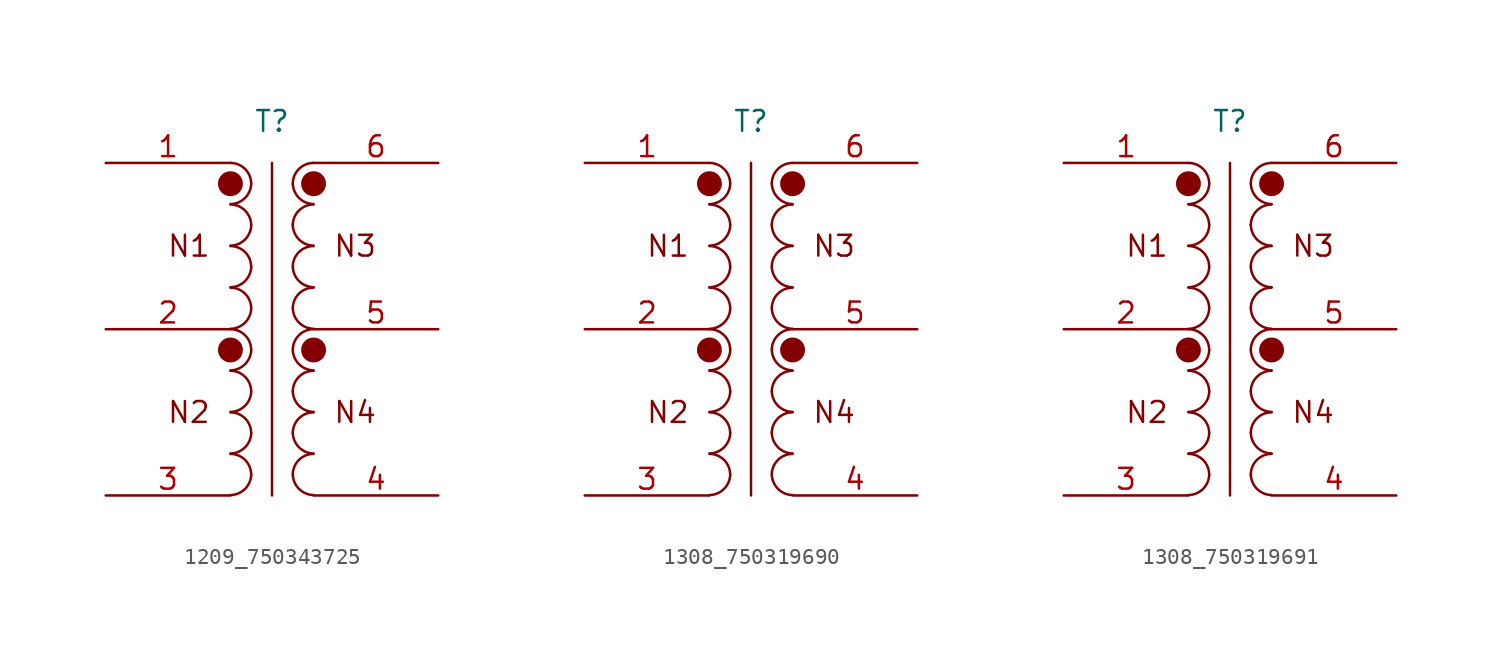
<source format=kicad_sym>
(kicad_symbol_lib
  (version 20220914)
  (generator kicad_symbol_editor)
  (symbol "1209_750343725"
    (pin_names hide)
    (property "Reference" "T"
      (at 0 12.7 0)
      (effects (font (size 1.27 1.27))))
    (property "Critical Parameter" ""
      (at 0 -5.08 0)
      (effects (font (size 1.27 1.27)) (justify left)))
    (symbol "1209_750343725_0_1"
      (arc (start -2.54 -10.1346) (mid -1.6561 -9.7663) (end -1.27 -8.89) (stroke (width 0) (type default)) (fill (type none)))
      (arc (start -2.54 -7.5946) (mid -1.6561 -7.2263) (end -1.27 -6.35) (stroke (width 0) (type default)) (fill (type none)))
      (arc (start -2.54 -5.0546) (mid -1.6561 -4.6863) (end -1.27 -3.81) (stroke (width 0) (type default)) (fill (type none)))
      (arc (start -2.54 -2.5146) (mid -1.6561 -2.1463) (end -1.27 -1.27) (stroke (width 0) (type default)) (fill (type none)))
      (arc (start -2.54 0.0254) (mid -1.6561 0.3937) (end -1.27 1.27) (stroke (width 0) (type default)) (fill (type none)))
      (arc (start -2.54 2.5654) (mid -1.6561 2.9337) (end -1.27 3.81) (stroke (width 0) (type default)) (fill (type none)))
      (arc (start -2.54 5.1054) (mid -1.6561 5.4737) (end -1.27 6.35) (stroke (width 0) (type default)) (fill (type none)))
      (arc (start -2.54 7.6454) (mid -1.6561 8.0137) (end -1.27 8.89) (stroke (width 0) (type default)) (fill (type none)))
      (arc (start -1.27 -8.89) (mid -1.642 -7.992) (end -2.54 -7.62) (stroke (width 0) (type default)) (fill (type none)))
      (arc (start -1.27 -6.35) (mid -1.642 -5.452) (end -2.54 -5.08) (stroke (width 0) (type default)) (fill (type none)))
      (arc (start -1.27 -3.81) (mid -1.642 -2.912) (end -2.54 -2.54) (stroke (width 0) (type default)) (fill (type none)))
      (arc (start -1.27 -1.27) (mid -1.642 -0.372) (end -2.54 0) (stroke (width 0) (type default)) (fill (type none)))
      (arc (start -1.27 1.27) (mid -1.642 2.168) (end -2.54 2.54) (stroke (width 0) (type default)) (fill (type none)))
      (arc (start -1.27 3.81) (mid -1.642 4.708) (end -2.54 5.08) (stroke (width 0) (type default)) (fill (type none)))
      (arc (start -1.27 6.35) (mid -1.642 7.248) (end -2.54 7.62) (stroke (width 0) (type default)) (fill (type none)))
      (arc (start -1.27 8.89) (mid -1.642 9.788) (end -2.54 10.16) (stroke (width 0) (type default)) (fill (type none)))
      (polyline (pts (xy 0 -10.16) (xy 0 10.16)) (stroke (width 0) (type default)) (fill (type none)))
      (arc (start 1.27 -8.89) (mid 1.6561 -9.7663) (end 2.54 -10.1346) (stroke (width 0) (type default)) (fill (type none)))
      (arc (start 1.27 -6.35) (mid 1.6561 -7.2263) (end 2.54 -7.5946) (stroke (width 0) (type default)) (fill (type none)))
      (arc (start 1.27 -3.81) (mid 1.6561 -4.6863) (end 2.54 -5.0546) (stroke (width 0) (type default)) (fill (type none)))
      (arc (start 1.27 -1.27) (mid 1.6561 -2.1463) (end 2.54 -2.5146) (stroke (width 0) (type default)) (fill (type none)))
      (arc (start 1.27 1.27) (mid 1.6561 0.3937) (end 2.54 0.0254) (stroke (width 0) (type default)) (fill (type none)))
      (arc (start 1.27 3.81) (mid 1.6561 2.9337) (end 2.54 2.5654) (stroke (width 0) (type default)) (fill (type none)))
      (arc (start 1.27 6.35) (mid 1.6561 5.4737) (end 2.54 5.1054) (stroke (width 0) (type default)) (fill (type none)))
      (arc (start 1.27 8.89) (mid 1.6561 8.0137) (end 2.54 7.6454) (stroke (width 0) (type default)) (fill (type none)))
      (arc (start 2.54 -7.62) (mid 1.642 -7.992) (end 1.27 -8.89) (stroke (width 0) (type default)) (fill (type none)))
      (arc (start 2.54 -5.08) (mid 1.642 -5.452) (end 1.27 -6.35) (stroke (width 0) (type default)) (fill (type none)))
      (arc (start 2.54 -2.54) (mid 1.642 -2.912) (end 1.27 -3.81) (stroke (width 0) (type default)) (fill (type none)))
      (arc (start 2.54 0) (mid 1.642 -0.372) (end 1.27 -1.27) (stroke (width 0) (type default)) (fill (type none)))
      (arc (start 2.54 2.54) (mid 1.642 2.168) (end 1.27 1.27) (stroke (width 0) (type default)) (fill (type none)))
      (arc (start 2.54 5.08) (mid 1.642 4.708) (end 1.27 3.81) (stroke (width 0) (type default)) (fill (type none)))
      (arc (start 2.54 7.62) (mid 1.642 7.248) (end 1.27 6.35) (stroke (width 0) (type default)) (fill (type none)))
      (arc (start 2.54 10.16) (mid 1.642 9.788) (end 1.27 8.89) (stroke (width 0) (type default)) (fill (type none))))
    (symbol "1209_750343725_1_1"
      (circle (center -2.54 -1.27) (radius 0.0001) (stroke (width 0.762) (type default)) (fill (type none)))
      (circle (center -2.54 8.89) (radius 0.0001) (stroke (width 0.762) (type default)) (fill (type none)))
      (circle (center 2.54 -1.27) (radius 0.0001) (stroke (width 0.762) (type default)) (fill (type none)))
      (circle (center 2.54 8.89) (radius 0.0001) (stroke (width 0.762) (type default)) (fill (type none)))
      (text "N1" (at -5.08 5.08 0) (effects (font (size 1.27 1.27))))
      (text "N2" (at -5.08 -5.08 0) (effects (font (size 1.27 1.27))))
      (text "N3" (at 5.08 5.08 0) (effects (font (size 1.27 1.27))))
      (text "N4" (at 5.08 -5.08 0) (effects (font (size 1.27 1.27))))
      (pin passive line (at -10.16 10.16 0) (length 7.62) (name "1" (effects (font (size 1.27 1.27)))) (number "1" (effects (font (size 1.27 1.27)))))
      (pin passive line (at -10.16 0 0) (length 7.62) (name "2" (effects (font (size 1.27 1.27)))) (number "2" (effects (font (size 1.27 1.27)))))
      (pin passive line (at -10.16 -10.16 0) (length 7.62) (name "3" (effects (font (size 1.27 1.27)))) (number "3" (effects (font (size 1.27 1.27)))))
      (pin passive line (at 10.16 -10.16 180) (length 7.62) (name "4" (effects (font (size 1.27 1.27)))) (number "4" (effects (font (size 1.27 1.27)))))
      (pin passive line (at 10.16 0 180) (length 7.62) (name "5" (effects (font (size 1.27 1.27)))) (number "5" (effects (font (size 1.27 1.27)))))
      (pin passive line (at 10.16 10.16 180) (length 7.62) (name "6" (effects (font (size 1.27 1.27)))) (number "6" (effects (font (size 1.27 1.27)))))))
  (symbol "1308_750319690"
    (pin_names hide)
    (property "Reference" "T"
      (at 0 12.7 0)
      (effects (font (size 1.27 1.27))))
    (property "Critical Parameter" ""
      (at 0 -5.08 0)
      (effects (font (size 1.27 1.27)) (justify left)))
    (symbol "1308_750319690_0_1"
      (arc (start -2.54 -10.1346) (mid -1.6561 -9.7663) (end -1.27 -8.89) (stroke (width 0) (type default)) (fill (type none)))
      (arc (start -2.54 -7.5946) (mid -1.6561 -7.2263) (end -1.27 -6.35) (stroke (width 0) (type default)) (fill (type none)))
      (arc (start -2.54 -5.0546) (mid -1.6561 -4.6863) (end -1.27 -3.81) (stroke (width 0) (type default)) (fill (type none)))
      (arc (start -2.54 -2.5146) (mid -1.6561 -2.1463) (end -1.27 -1.27) (stroke (width 0) (type default)) (fill (type none)))
      (arc (start -2.54 0.0254) (mid -1.6561 0.3937) (end -1.27 1.27) (stroke (width 0) (type default)) (fill (type none)))
      (arc (start -2.54 2.5654) (mid -1.6561 2.9337) (end -1.27 3.81) (stroke (width 0) (type default)) (fill (type none)))
      (arc (start -2.54 5.1054) (mid -1.6561 5.4737) (end -1.27 6.35) (stroke (width 0) (type default)) (fill (type none)))
      (arc (start -2.54 7.6454) (mid -1.6561 8.0137) (end -1.27 8.89) (stroke (width 0) (type default)) (fill (type none)))
      (arc (start -1.27 -8.89) (mid -1.642 -7.992) (end -2.54 -7.62) (stroke (width 0) (type default)) (fill (type none)))
      (arc (start -1.27 -6.35) (mid -1.642 -5.452) (end -2.54 -5.08) (stroke (width 0) (type default)) (fill (type none)))
      (arc (start -1.27 -3.81) (mid -1.642 -2.912) (end -2.54 -2.54) (stroke (width 0) (type default)) (fill (type none)))
      (arc (start -1.27 -1.27) (mid -1.642 -0.372) (end -2.54 0) (stroke (width 0) (type default)) (fill (type none)))
      (arc (start -1.27 1.27) (mid -1.642 2.168) (end -2.54 2.54) (stroke (width 0) (type default)) (fill (type none)))
      (arc (start -1.27 3.81) (mid -1.642 4.708) (end -2.54 5.08) (stroke (width 0) (type default)) (fill (type none)))
      (arc (start -1.27 6.35) (mid -1.642 7.248) (end -2.54 7.62) (stroke (width 0) (type default)) (fill (type none)))
      (arc (start -1.27 8.89) (mid -1.642 9.788) (end -2.54 10.16) (stroke (width 0) (type default)) (fill (type none)))
      (polyline (pts (xy 0 -10.16) (xy 0 10.16)) (stroke (width 0) (type default)) (fill (type none)))
      (arc (start 1.27 -8.89) (mid 1.6561 -9.7663) (end 2.54 -10.1346) (stroke (width 0) (type default)) (fill (type none)))
      (arc (start 1.27 -6.35) (mid 1.6561 -7.2263) (end 2.54 -7.5946) (stroke (width 0) (type default)) (fill (type none)))
      (arc (start 1.27 -3.81) (mid 1.6561 -4.6863) (end 2.54 -5.0546) (stroke (width 0) (type default)) (fill (type none)))
      (arc (start 1.27 -1.27) (mid 1.6561 -2.1463) (end 2.54 -2.5146) (stroke (width 0) (type default)) (fill (type none)))
      (arc (start 1.27 1.27) (mid 1.6561 0.3937) (end 2.54 0.0254) (stroke (width 0) (type default)) (fill (type none)))
      (arc (start 1.27 3.81) (mid 1.6561 2.9337) (end 2.54 2.5654) (stroke (width 0) (type default)) (fill (type none)))
      (arc (start 1.27 6.35) (mid 1.6561 5.4737) (end 2.54 5.1054) (stroke (width 0) (type default)) (fill (type none)))
      (arc (start 1.27 8.89) (mid 1.6561 8.0137) (end 2.54 7.6454) (stroke (width 0) (type default)) (fill (type none)))
      (arc (start 2.54 -7.62) (mid 1.642 -7.992) (end 1.27 -8.89) (stroke (width 0) (type default)) (fill (type none)))
      (arc (start 2.54 -5.08) (mid 1.642 -5.452) (end 1.27 -6.35) (stroke (width 0) (type default)) (fill (type none)))
      (arc (start 2.54 -2.54) (mid 1.642 -2.912) (end 1.27 -3.81) (stroke (width 0) (type default)) (fill (type none)))
      (arc (start 2.54 0) (mid 1.642 -0.372) (end 1.27 -1.27) (stroke (width 0) (type default)) (fill (type none)))
      (arc (start 2.54 2.54) (mid 1.642 2.168) (end 1.27 1.27) (stroke (width 0) (type default)) (fill (type none)))
      (arc (start 2.54 5.08) (mid 1.642 4.708) (end 1.27 3.81) (stroke (width 0) (type default)) (fill (type none)))
      (arc (start 2.54 7.62) (mid 1.642 7.248) (end 1.27 6.35) (stroke (width 0) (type default)) (fill (type none)))
      (arc (start 2.54 10.16) (mid 1.642 9.788) (end 1.27 8.89) (stroke (width 0) (type default)) (fill (type none))))
    (symbol "1308_750319690_1_1"
      (circle (center -2.54 -1.27) (radius 0.0001) (stroke (width 0.762) (type default)) (fill (type none)))
      (circle (center -2.54 8.89) (radius 0.0001) (stroke (width 0.762) (type default)) (fill (type none)))
      (circle (center 2.54 -1.27) (radius 0.0001) (stroke (width 0.762) (type default)) (fill (type none)))
      (circle (center 2.54 8.89) (radius 0.0001) (stroke (width 0.762) (type default)) (fill (type none)))
      (text "N1" (at -5.08 5.08 0) (effects (font (size 1.27 1.27))))
      (text "N2" (at -5.08 -5.08 0) (effects (font (size 1.27 1.27))))
      (text "N3" (at 5.08 5.08 0) (effects (font (size 1.27 1.27))))
      (text "N4" (at 5.08 -5.08 0) (effects (font (size 1.27 1.27))))
      (pin passive line (at -10.16 10.16 0) (length 7.62) (name "1" (effects (font (size 1.27 1.27)))) (number "1" (effects (font (size 1.27 1.27)))))
      (pin passive line (at -10.16 0 0) (length 7.62) (name "2" (effects (font (size 1.27 1.27)))) (number "2" (effects (font (size 1.27 1.27)))))
      (pin passive line (at -10.16 -10.16 0) (length 7.62) (name "3" (effects (font (size 1.27 1.27)))) (number "3" (effects (font (size 1.27 1.27)))))
      (pin passive line (at 10.16 -10.16 180) (length 7.62) (name "4" (effects (font (size 1.27 1.27)))) (number "4" (effects (font (size 1.27 1.27)))))
      (pin passive line (at 10.16 0 180) (length 7.62) (name "5" (effects (font (size 1.27 1.27)))) (number "5" (effects (font (size 1.27 1.27)))))
      (pin passive line (at 10.16 10.16 180) (length 7.62) (name "6" (effects (font (size 1.27 1.27)))) (number "6" (effects (font (size 1.27 1.27)))))))
  (symbol "1308_750319691"
    (pin_names hide)
    (property "Reference" "T"
      (at 0 12.7 0)
      (effects (font (size 1.27 1.27))))
    (property "Critical Parameter" ""
      (at 0 -5.08 0)
      (effects (font (size 1.27 1.27)) (justify left)))
    (symbol "1308_750319691_0_1"
      (arc (start -2.54 -10.1346) (mid -1.6561 -9.7663) (end -1.27 -8.89) (stroke (width 0) (type default)) (fill (type none)))
      (arc (start -2.54 -7.5946) (mid -1.6561 -7.2263) (end -1.27 -6.35) (stroke (width 0) (type default)) (fill (type none)))
      (arc (start -2.54 -5.0546) (mid -1.6561 -4.6863) (end -1.27 -3.81) (stroke (width 0) (type default)) (fill (type none)))
      (arc (start -2.54 -2.5146) (mid -1.6561 -2.1463) (end -1.27 -1.27) (stroke (width 0) (type default)) (fill (type none)))
      (arc (start -2.54 0.0254) (mid -1.6561 0.3937) (end -1.27 1.27) (stroke (width 0) (type default)) (fill (type none)))
      (arc (start -2.54 2.5654) (mid -1.6561 2.9337) (end -1.27 3.81) (stroke (width 0) (type default)) (fill (type none)))
      (arc (start -2.54 5.1054) (mid -1.6561 5.4737) (end -1.27 6.35) (stroke (width 0) (type default)) (fill (type none)))
      (arc (start -2.54 7.6454) (mid -1.6561 8.0137) (end -1.27 8.89) (stroke (width 0) (type default)) (fill (type none)))
      (arc (start -1.27 -8.89) (mid -1.642 -7.992) (end -2.54 -7.62) (stroke (width 0) (type default)) (fill (type none)))
      (arc (start -1.27 -6.35) (mid -1.642 -5.452) (end -2.54 -5.08) (stroke (width 0) (type default)) (fill (type none)))
      (arc (start -1.27 -3.81) (mid -1.642 -2.912) (end -2.54 -2.54) (stroke (width 0) (type default)) (fill (type none)))
      (arc (start -1.27 -1.27) (mid -1.642 -0.372) (end -2.54 0) (stroke (width 0) (type default)) (fill (type none)))
      (arc (start -1.27 1.27) (mid -1.642 2.168) (end -2.54 2.54) (stroke (width 0) (type default)) (fill (type none)))
      (arc (start -1.27 3.81) (mid -1.642 4.708) (end -2.54 5.08) (stroke (width 0) (type default)) (fill (type none)))
      (arc (start -1.27 6.35) (mid -1.642 7.248) (end -2.54 7.62) (stroke (width 0) (type default)) (fill (type none)))
      (arc (start -1.27 8.89) (mid -1.642 9.788) (end -2.54 10.16) (stroke (width 0) (type default)) (fill (type none)))
      (polyline (pts (xy 0 -10.16) (xy 0 10.16)) (stroke (width 0) (type default)) (fill (type none)))
      (arc (start 1.27 -8.89) (mid 1.6561 -9.7663) (end 2.54 -10.1346) (stroke (width 0) (type default)) (fill (type none)))
      (arc (start 1.27 -6.35) (mid 1.6561 -7.2263) (end 2.54 -7.5946) (stroke (width 0) (type default)) (fill (type none)))
      (arc (start 1.27 -3.81) (mid 1.6561 -4.6863) (end 2.54 -5.0546) (stroke (width 0) (type default)) (fill (type none)))
      (arc (start 1.27 -1.27) (mid 1.6561 -2.1463) (end 2.54 -2.5146) (stroke (width 0) (type default)) (fill (type none)))
      (arc (start 1.27 1.27) (mid 1.6561 0.3937) (end 2.54 0.0254) (stroke (width 0) (type default)) (fill (type none)))
      (arc (start 1.27 3.81) (mid 1.6561 2.9337) (end 2.54 2.5654) (stroke (width 0) (type default)) (fill (type none)))
      (arc (start 1.27 6.35) (mid 1.6561 5.4737) (end 2.54 5.1054) (stroke (width 0) (type default)) (fill (type none)))
      (arc (start 1.27 8.89) (mid 1.6561 8.0137) (end 2.54 7.6454) (stroke (width 0) (type default)) (fill (type none)))
      (arc (start 2.54 -7.62) (mid 1.642 -7.992) (end 1.27 -8.89) (stroke (width 0) (type default)) (fill (type none)))
      (arc (start 2.54 -5.08) (mid 1.642 -5.452) (end 1.27 -6.35) (stroke (width 0) (type default)) (fill (type none)))
      (arc (start 2.54 -2.54) (mid 1.642 -2.912) (end 1.27 -3.81) (stroke (width 0) (type default)) (fill (type none)))
      (arc (start 2.54 0) (mid 1.642 -0.372) (end 1.27 -1.27) (stroke (width 0) (type default)) (fill (type none)))
      (arc (start 2.54 2.54) (mid 1.642 2.168) (end 1.27 1.27) (stroke (width 0) (type default)) (fill (type none)))
      (arc (start 2.54 5.08) (mid 1.642 4.708) (end 1.27 3.81) (stroke (width 0) (type default)) (fill (type none)))
      (arc (start 2.54 7.62) (mid 1.642 7.248) (end 1.27 6.35) (stroke (width 0) (type default)) (fill (type none)))
      (arc (start 2.54 10.16) (mid 1.642 9.788) (end 1.27 8.89) (stroke (width 0) (type default)) (fill (type none))))
    (symbol "1308_750319691_1_1"
      (circle (center -2.54 -1.27) (radius 0.0001) (stroke (width 0.762) (type default)) (fill (type none)))
      (circle (center -2.54 8.89) (radius 0.0001) (stroke (width 0.762) (type default)) (fill (type none)))
      (circle (center 2.54 -1.27) (radius 0.0001) (stroke (width 0.762) (type default)) (fill (type none)))
      (circle (center 2.54 8.89) (radius 0.0001) (stroke (width 0.762) (type default)) (fill (type none)))
      (text "N1" (at -5.08 5.08 0) (effects (font (size 1.27 1.27))))
      (text "N2" (at -5.08 -5.08 0) (effects (font (size 1.27 1.27))))
      (text "N3" (at 5.08 5.08 0) (effects (font (size 1.27 1.27))))
      (text "N4" (at 5.08 -5.08 0) (effects (font (size 1.27 1.27))))
      (pin passive line (at -10.16 10.16 0) (length 7.62) (name "1" (effects (font (size 1.27 1.27)))) (number "1" (effects (font (size 1.27 1.27)))))
      (pin passive line (at -10.16 0 0) (length 7.62) (name "2" (effects (font (size 1.27 1.27)))) (number "2" (effects (font (size 1.27 1.27)))))
      (pin passive line (at -10.16 -10.16 0) (length 7.62) (name "3" (effects (font (size 1.27 1.27)))) (number "3" (effects (font (size 1.27 1.27)))))
      (pin passive line (at 10.16 -10.16 180) (length 7.62) (name "4" (effects (font (size 1.27 1.27)))) (number "4" (effects (font (size 1.27 1.27)))))
      (pin passive line (at 10.16 0 180) (length 7.62) (name "5" (effects (font (size 1.27 1.27)))) (number "5" (effects (font (size 1.27 1.27)))))
      (pin passive line (at 10.16 10.16 180) (length 7.62) (name "6" (effects (font (size 1.27 1.27)))) (number "6" (effects (font (size 1.27 1.27))))))))
</source>
